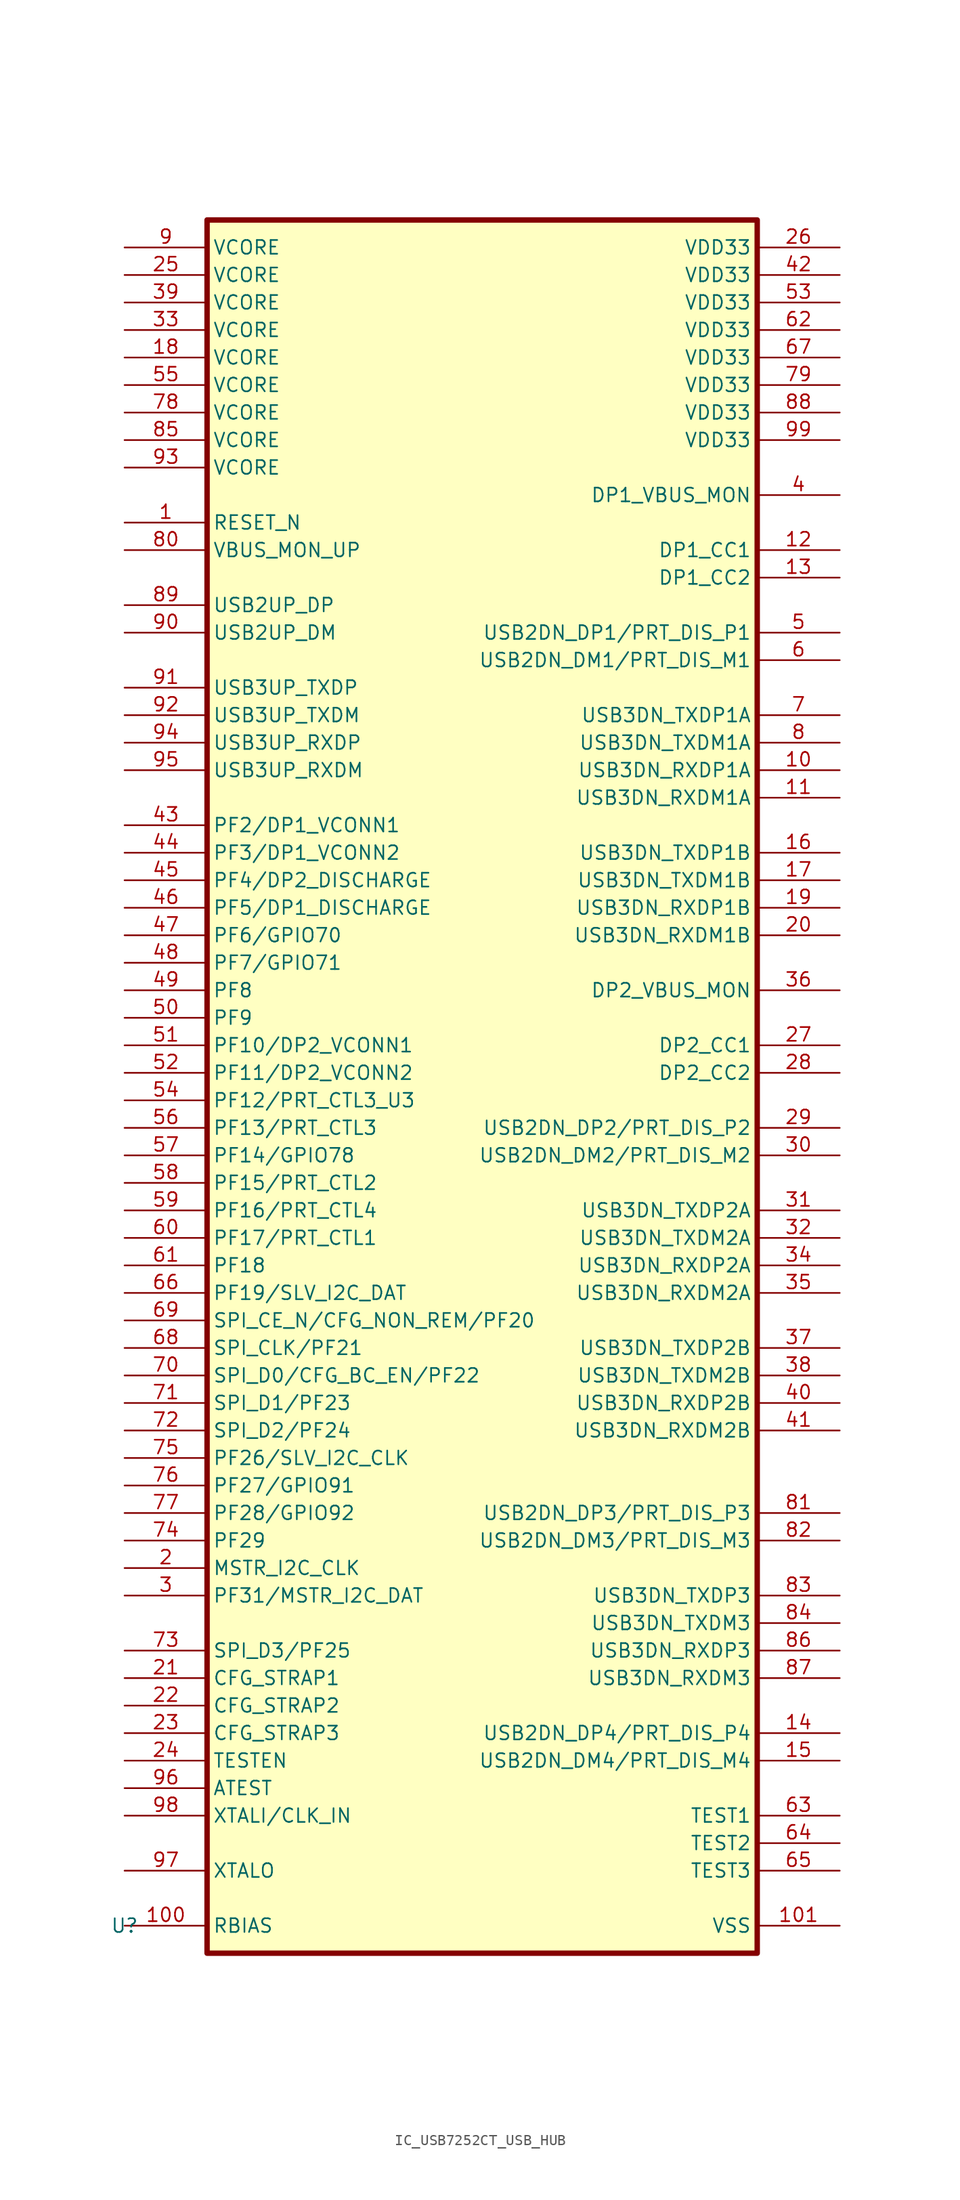
<source format=kicad_sym>
(kicad_symbol_lib
  (version 20241209)
  (generator "kicad_symbol_editor")
  (generator_version "9.0")
  (symbol "IC_USB7252CT_USB_HUB"
    (property "Reference" "U"
      (at 0 0 0)
      (effects (font (size 1.27 1.27))))
    (property "Value" ""
      (at 0 0 0)
      (effects (font (size 1.27 1.27))))
    (symbol "IC_USB7252CT_USB_HUB_1_1"
      (rectangle (start 7.62 157.48) (end 58.42 -2.54) (stroke (width 0.5) (type default)) (fill (type background)))
      (pin power_in line (at 0 154.94 0) (length 7.62) (name "VCORE" (effects (font (size 1.27 1.27)))) (number "9" (effects (font (size 1.27 1.27)))))
      (pin power_in line (at 0 152.4 0) (length 7.62) (name "VCORE" (effects (font (size 1.27 1.27)))) (number "25" (effects (font (size 1.27 1.27)))))
      (pin power_in line (at 0 149.86 0) (length 7.62) (name "VCORE" (effects (font (size 1.27 1.27)))) (number "39" (effects (font (size 1.27 1.27)))))
      (pin power_in line (at 0 147.32 0) (length 7.62) (name "VCORE" (effects (font (size 1.27 1.27)))) (number "33" (effects (font (size 1.27 1.27)))))
      (pin power_in line (at 0 144.78 0) (length 7.62) (name "VCORE" (effects (font (size 1.27 1.27)))) (number "18" (effects (font (size 1.27 1.27)))))
      (pin power_in line (at 0 142.24 0) (length 7.62) (name "VCORE" (effects (font (size 1.27 1.27)))) (number "55" (effects (font (size 1.27 1.27)))))
      (pin power_in line (at 0 139.7 0) (length 7.62) (name "VCORE" (effects (font (size 1.27 1.27)))) (number "78" (effects (font (size 1.27 1.27)))))
      (pin power_in line (at 0 137.16 0) (length 7.62) (name "VCORE" (effects (font (size 1.27 1.27)))) (number "85" (effects (font (size 1.27 1.27)))))
      (pin power_in line (at 0 134.62 0) (length 7.62) (name "VCORE" (effects (font (size 1.27 1.27)))) (number "93" (effects (font (size 1.27 1.27)))))
      (pin input line (at 0 129.54 0) (length 7.62) (name "RESET_N" (effects (font (size 1.27 1.27)))) (number "1" (effects (font (size 1.27 1.27)))))
      (pin bidirectional line (at 0 127 0) (length 7.62) (name "VBUS_MON_UP" (effects (font (size 1.27 1.27)))) (number "80" (effects (font (size 1.27 1.27)))))
      (pin bidirectional line (at 0 121.92 0) (length 7.62) (name "USB2UP_DP" (effects (font (size 1.27 1.27)))) (number "89" (effects (font (size 1.27 1.27)))))
      (pin bidirectional line (at 0 119.38 0) (length 7.62) (name "USB2UP_DM" (effects (font (size 1.27 1.27)))) (number "90" (effects (font (size 1.27 1.27)))))
      (pin bidirectional line (at 0 114.3 0) (length 7.62) (name "USB3UP_TXDP" (effects (font (size 1.27 1.27)))) (number "91" (effects (font (size 1.27 1.27)))))
      (pin bidirectional line (at 0 111.76 0) (length 7.62) (name "USB3UP_TXDM" (effects (font (size 1.27 1.27)))) (number "92" (effects (font (size 1.27 1.27)))))
      (pin bidirectional line (at 0 109.22 0) (length 7.62) (name "USB3UP_RXDP" (effects (font (size 1.27 1.27)))) (number "94" (effects (font (size 1.27 1.27)))))
      (pin bidirectional line (at 0 106.68 0) (length 7.62) (name "USB3UP_RXDM" (effects (font (size 1.27 1.27)))) (number "95" (effects (font (size 1.27 1.27)))))
      (pin bidirectional line (at 0 101.6 0) (length 7.62) (name "PF2/DP1_VCONN1" (effects (font (size 1.27 1.27)))) (number "43" (effects (font (size 1.27 1.27)))))
      (pin bidirectional line (at 0 99.06 0) (length 7.62) (name "PF3/DP1_VCONN2" (effects (font (size 1.27 1.27)))) (number "44" (effects (font (size 1.27 1.27)))))
      (pin bidirectional line (at 0 96.52 0) (length 7.62) (name "PF4/DP2_DISCHARGE" (effects (font (size 1.27 1.27)))) (number "45" (effects (font (size 1.27 1.27)))))
      (pin bidirectional line (at 0 93.98 0) (length 7.62) (name "PF5/DP1_DISCHARGE" (effects (font (size 1.27 1.27)))) (number "46" (effects (font (size 1.27 1.27)))))
      (pin bidirectional line (at 0 91.44 0) (length 7.62) (name "PF6/GPIO70" (effects (font (size 1.27 1.27)))) (number "47" (effects (font (size 1.27 1.27)))))
      (pin bidirectional line (at 0 88.9 0) (length 7.62) (name "PF7/GPIO71" (effects (font (size 1.27 1.27)))) (number "48" (effects (font (size 1.27 1.27)))))
      (pin bidirectional line (at 0 86.36 0) (length 7.62) (name "PF8" (effects (font (size 1.27 1.27)))) (number "49" (effects (font (size 1.27 1.27)))))
      (pin bidirectional line (at 0 83.82 0) (length 7.62) (name "PF9" (effects (font (size 1.27 1.27)))) (number "50" (effects (font (size 1.27 1.27)))))
      (pin bidirectional line (at 0 81.28 0) (length 7.62) (name "PF10/DP2_VCONN1" (effects (font (size 1.27 1.27)))) (number "51" (effects (font (size 1.27 1.27)))))
      (pin bidirectional line (at 0 78.74 0) (length 7.62) (name "PF11/DP2_VCONN2" (effects (font (size 1.27 1.27)))) (number "52" (effects (font (size 1.27 1.27)))))
      (pin bidirectional line (at 0 76.2 0) (length 7.62) (name "PF12/PRT_CTL3_U3" (effects (font (size 1.27 1.27)))) (number "54" (effects (font (size 1.27 1.27)))))
      (pin bidirectional line (at 0 73.66 0) (length 7.62) (name "PF13/PRT_CTL3" (effects (font (size 1.27 1.27)))) (number "56" (effects (font (size 1.27 1.27)))))
      (pin bidirectional line (at 0 71.12 0) (length 7.62) (name "PF14/GPIO78" (effects (font (size 1.27 1.27)))) (number "57" (effects (font (size 1.27 1.27)))))
      (pin bidirectional line (at 0 68.58 0) (length 7.62) (name "PF15/PRT_CTL2" (effects (font (size 1.27 1.27)))) (number "58" (effects (font (size 1.27 1.27)))))
      (pin bidirectional line (at 0 66.04 0) (length 7.62) (name "PF16/PRT_CTL4" (effects (font (size 1.27 1.27)))) (number "59" (effects (font (size 1.27 1.27)))))
      (pin bidirectional line (at 0 63.5 0) (length 7.62) (name "PF17/PRT_CTL1" (effects (font (size 1.27 1.27)))) (number "60" (effects (font (size 1.27 1.27)))))
      (pin bidirectional line (at 0 60.96 0) (length 7.62) (name "PF18" (effects (font (size 1.27 1.27)))) (number "61" (effects (font (size 1.27 1.27)))))
      (pin bidirectional line (at 0 58.42 0) (length 7.62) (name "PF19/SLV_I2C_DAT" (effects (font (size 1.27 1.27)))) (number "66" (effects (font (size 1.27 1.27)))))
      (pin bidirectional line (at 0 55.88 0) (length 7.62) (name "SPI_CE_N/CFG_NON_REM/PF20" (effects (font (size 1.27 1.27)))) (number "69" (effects (font (size 1.27 1.27)))))
      (pin bidirectional line (at 0 53.34 0) (length 7.62) (name "SPI_CLK/PF21" (effects (font (size 1.27 1.27)))) (number "68" (effects (font (size 1.27 1.27)))))
      (pin bidirectional line (at 0 50.8 0) (length 7.62) (name "SPI_D0/CFG_BC_EN/PF22" (effects (font (size 1.27 1.27)))) (number "70" (effects (font (size 1.27 1.27)))))
      (pin bidirectional line (at 0 48.26 0) (length 7.62) (name "SPI_D1/PF23" (effects (font (size 1.27 1.27)))) (number "71" (effects (font (size 1.27 1.27)))))
      (pin bidirectional line (at 0 45.72 0) (length 7.62) (name "SPI_D2/PF24" (effects (font (size 1.27 1.27)))) (number "72" (effects (font (size 1.27 1.27)))))
      (pin bidirectional line (at 0 43.18 0) (length 7.62) (name "PF26/SLV_I2C_CLK" (effects (font (size 1.27 1.27)))) (number "75" (effects (font (size 1.27 1.27)))))
      (pin bidirectional line (at 0 40.64 0) (length 7.62) (name "PF27/GPIO91" (effects (font (size 1.27 1.27)))) (number "76" (effects (font (size 1.27 1.27)))))
      (pin bidirectional line (at 0 38.1 0) (length 7.62) (name "PF28/GPIO92" (effects (font (size 1.27 1.27)))) (number "77" (effects (font (size 1.27 1.27)))))
      (pin bidirectional line (at 0 35.56 0) (length 7.62) (name "PF29" (effects (font (size 1.27 1.27)))) (number "74" (effects (font (size 1.27 1.27)))))
      (pin bidirectional line (at 0 33.02 0) (length 7.62) (name "MSTR_I2C_CLK" (effects (font (size 1.27 1.27)))) (number "2" (effects (font (size 1.27 1.27)))))
      (pin bidirectional line (at 0 30.48 0) (length 7.62) (name "PF31/MSTR_I2C_DAT" (effects (font (size 1.27 1.27)))) (number "3" (effects (font (size 1.27 1.27)))))
      (pin bidirectional line (at 0 25.4 0) (length 7.62) (name "SPI_D3/PF25" (effects (font (size 1.27 1.27)))) (number "73" (effects (font (size 1.27 1.27)))))
      (pin input line (at 0 22.86 0) (length 7.62) (name "CFG_STRAP1" (effects (font (size 1.27 1.27)))) (number "21" (effects (font (size 1.27 1.27)))))
      (pin input line (at 0 20.32 0) (length 7.62) (name "CFG_STRAP2" (effects (font (size 1.27 1.27)))) (number "22" (effects (font (size 1.27 1.27)))))
      (pin input line (at 0 17.78 0) (length 7.62) (name "CFG_STRAP3" (effects (font (size 1.27 1.27)))) (number "23" (effects (font (size 1.27 1.27)))))
      (pin passive line (at 0 15.24 0) (length 7.62) (name "TESTEN" (effects (font (size 1.27 1.27)))) (number "24" (effects (font (size 1.27 1.27)))))
      (pin passive line (at 0 12.7 0) (length 7.62) (name "ATEST" (effects (font (size 1.27 1.27)))) (number "96" (effects (font (size 1.27 1.27)))))
      (pin input line (at 0 10.16 0) (length 7.62) (name "XTALI/CLK_IN" (effects (font (size 1.27 1.27)))) (number "98" (effects (font (size 1.27 1.27)))))
      (pin output line (at 0 5.08 0) (length 7.62) (name "XTALO" (effects (font (size 1.27 1.27)))) (number "97" (effects (font (size 1.27 1.27)))))
      (pin input line (at 0 0 0) (length 7.62) (name "RBIAS" (effects (font (size 1.27 1.27)))) (number "100" (effects (font (size 1.27 1.27)))))
      (pin power_in line (at 66.04 154.94 180) (length 7.62) (name "VDD33" (effects (font (size 1.27 1.27)))) (number "26" (effects (font (size 1.27 1.27)))))
      (pin power_in line (at 66.04 152.4 180) (length 7.62) (name "VDD33" (effects (font (size 1.27 1.27)))) (number "42" (effects (font (size 1.27 1.27)))))
      (pin power_in line (at 66.04 149.86 180) (length 7.62) (name "VDD33" (effects (font (size 1.27 1.27)))) (number "53" (effects (font (size 1.27 1.27)))))
      (pin power_in line (at 66.04 147.32 180) (length 7.62) (name "VDD33" (effects (font (size 1.27 1.27)))) (number "62" (effects (font (size 1.27 1.27)))))
      (pin power_in line (at 66.04 144.78 180) (length 7.62) (name "VDD33" (effects (font (size 1.27 1.27)))) (number "67" (effects (font (size 1.27 1.27)))))
      (pin power_in line (at 66.04 142.24 180) (length 7.62) (name "VDD33" (effects (font (size 1.27 1.27)))) (number "79" (effects (font (size 1.27 1.27)))))
      (pin power_in line (at 66.04 139.7 180) (length 7.62) (name "VDD33" (effects (font (size 1.27 1.27)))) (number "88" (effects (font (size 1.27 1.27)))))
      (pin power_in line (at 66.04 137.16 180) (length 7.62) (name "VDD33" (effects (font (size 1.27 1.27)))) (number "99" (effects (font (size 1.27 1.27)))))
      (pin passive line (at 66.04 132.08 180) (length 7.62) (name "DP1_VBUS_MON" (effects (font (size 1.27 1.27)))) (number "4" (effects (font (size 1.27 1.27)))))
      (pin bidirectional line (at 66.04 127 180) (length 7.62) (name "DP1_CC1" (effects (font (size 1.27 1.27)))) (number "12" (effects (font (size 1.27 1.27)))))
      (pin bidirectional line (at 66.04 124.46 180) (length 7.62) (name "DP1_CC2" (effects (font (size 1.27 1.27)))) (number "13" (effects (font (size 1.27 1.27)))))
      (pin bidirectional line (at 66.04 119.38 180) (length 7.62) (name "USB2DN_DP1/PRT_DIS_P1" (effects (font (size 1.27 1.27)))) (number "5" (effects (font (size 1.27 1.27)))))
      (pin bidirectional line (at 66.04 116.84 180) (length 7.62) (name "USB2DN_DM1/PRT_DIS_M1" (effects (font (size 1.27 1.27)))) (number "6" (effects (font (size 1.27 1.27)))))
      (pin bidirectional line (at 66.04 111.76 180) (length 7.62) (name "USB3DN_TXDP1A" (effects (font (size 1.27 1.27)))) (number "7" (effects (font (size 1.27 1.27)))))
      (pin bidirectional line (at 66.04 109.22 180) (length 7.62) (name "USB3DN_TXDM1A" (effects (font (size 1.27 1.27)))) (number "8" (effects (font (size 1.27 1.27)))))
      (pin bidirectional line (at 66.04 106.68 180) (length 7.62) (name "USB3DN_RXDP1A" (effects (font (size 1.27 1.27)))) (number "10" (effects (font (size 1.27 1.27)))))
      (pin bidirectional line (at 66.04 104.14 180) (length 7.62) (name "USB3DN_RXDM1A" (effects (font (size 1.27 1.27)))) (number "11" (effects (font (size 1.27 1.27)))))
      (pin bidirectional line (at 66.04 99.06 180) (length 7.62) (name "USB3DN_TXDP1B" (effects (font (size 1.27 1.27)))) (number "16" (effects (font (size 1.27 1.27)))))
      (pin bidirectional line (at 66.04 96.52 180) (length 7.62) (name "USB3DN_TXDM1B" (effects (font (size 1.27 1.27)))) (number "17" (effects (font (size 1.27 1.27)))))
      (pin bidirectional line (at 66.04 93.98 180) (length 7.62) (name "USB3DN_RXDP1B" (effects (font (size 1.27 1.27)))) (number "19" (effects (font (size 1.27 1.27)))))
      (pin bidirectional line (at 66.04 91.44 180) (length 7.62) (name "USB3DN_RXDM1B" (effects (font (size 1.27 1.27)))) (number "20" (effects (font (size 1.27 1.27)))))
      (pin passive line (at 66.04 86.36 180) (length 7.62) (name "DP2_VBUS_MON" (effects (font (size 1.27 1.27)))) (number "36" (effects (font (size 1.27 1.27)))))
      (pin bidirectional line (at 66.04 81.28 180) (length 7.62) (name "DP2_CC1" (effects (font (size 1.27 1.27)))) (number "27" (effects (font (size 1.27 1.27)))))
      (pin bidirectional line (at 66.04 78.74 180) (length 7.62) (name "DP2_CC2" (effects (font (size 1.27 1.27)))) (number "28" (effects (font (size 1.27 1.27)))))
      (pin bidirectional line (at 66.04 73.66 180) (length 7.62) (name "USB2DN_DP2/PRT_DIS_P2" (effects (font (size 1.27 1.27)))) (number "29" (effects (font (size 1.27 1.27)))))
      (pin bidirectional line (at 66.04 71.12 180) (length 7.62) (name "USB2DN_DM2/PRT_DIS_M2" (effects (font (size 1.27 1.27)))) (number "30" (effects (font (size 1.27 1.27)))))
      (pin bidirectional line (at 66.04 66.04 180) (length 7.62) (name "USB3DN_TXDP2A" (effects (font (size 1.27 1.27)))) (number "31" (effects (font (size 1.27 1.27)))))
      (pin bidirectional line (at 66.04 63.5 180) (length 7.62) (name "USB3DN_TXDM2A" (effects (font (size 1.27 1.27)))) (number "32" (effects (font (size 1.27 1.27)))))
      (pin bidirectional line (at 66.04 60.96 180) (length 7.62) (name "USB3DN_RXDP2A" (effects (font (size 1.27 1.27)))) (number "34" (effects (font (size 1.27 1.27)))))
      (pin bidirectional line (at 66.04 58.42 180) (length 7.62) (name "USB3DN_RXDM2A" (effects (font (size 1.27 1.27)))) (number "35" (effects (font (size 1.27 1.27)))))
      (pin bidirectional line (at 66.04 53.34 180) (length 7.62) (name "USB3DN_TXDP2B" (effects (font (size 1.27 1.27)))) (number "37" (effects (font (size 1.27 1.27)))))
      (pin bidirectional line (at 66.04 50.8 180) (length 7.62) (name "USB3DN_TXDM2B" (effects (font (size 1.27 1.27)))) (number "38" (effects (font (size 1.27 1.27)))))
      (pin bidirectional line (at 66.04 48.26 180) (length 7.62) (name "USB3DN_RXDP2B" (effects (font (size 1.27 1.27)))) (number "40" (effects (font (size 1.27 1.27)))))
      (pin bidirectional line (at 66.04 45.72 180) (length 7.62) (name "USB3DN_RXDM2B" (effects (font (size 1.27 1.27)))) (number "41" (effects (font (size 1.27 1.27)))))
      (pin bidirectional line (at 66.04 38.1 180) (length 7.62) (name "USB2DN_DP3/PRT_DIS_P3" (effects (font (size 1.27 1.27)))) (number "81" (effects (font (size 1.27 1.27)))))
      (pin bidirectional line (at 66.04 35.56 180) (length 7.62) (name "USB2DN_DM3/PRT_DIS_M3" (effects (font (size 1.27 1.27)))) (number "82" (effects (font (size 1.27 1.27)))))
      (pin bidirectional line (at 66.04 30.48 180) (length 7.62) (name "USB3DN_TXDP3" (effects (font (size 1.27 1.27)))) (number "83" (effects (font (size 1.27 1.27)))))
      (pin bidirectional line (at 66.04 27.94 180) (length 7.62) (name "USB3DN_TXDM3" (effects (font (size 1.27 1.27)))) (number "84" (effects (font (size 1.27 1.27)))))
      (pin bidirectional line (at 66.04 25.4 180) (length 7.62) (name "USB3DN_RXDP3" (effects (font (size 1.27 1.27)))) (number "86" (effects (font (size 1.27 1.27)))))
      (pin bidirectional line (at 66.04 22.86 180) (length 7.62) (name "USB3DN_RXDM3" (effects (font (size 1.27 1.27)))) (number "87" (effects (font (size 1.27 1.27)))))
      (pin bidirectional line (at 66.04 17.78 180) (length 7.62) (name "USB2DN_DP4/PRT_DIS_P4" (effects (font (size 1.27 1.27)))) (number "14" (effects (font (size 1.27 1.27)))))
      (pin bidirectional line (at 66.04 15.24 180) (length 7.62) (name "USB2DN_DM4/PRT_DIS_M4" (effects (font (size 1.27 1.27)))) (number "15" (effects (font (size 1.27 1.27)))))
      (pin passive line (at 66.04 10.16 180) (length 7.62) (name "TEST1" (effects (font (size 1.27 1.27)))) (number "63" (effects (font (size 1.27 1.27)))))
      (pin passive line (at 66.04 7.62 180) (length 7.62) (name "TEST2" (effects (font (size 1.27 1.27)))) (number "64" (effects (font (size 1.27 1.27)))))
      (pin passive line (at 66.04 5.08 180) (length 7.62) (name "TEST3" (effects (font (size 1.27 1.27)))) (number "65" (effects (font (size 1.27 1.27)))))
      (pin power_in line (at 66.04 0 180) (length 7.62) (name "VSS" (effects (font (size 1.27 1.27)))) (number "101" (effects (font (size 1.27 1.27))))))))
</source>
